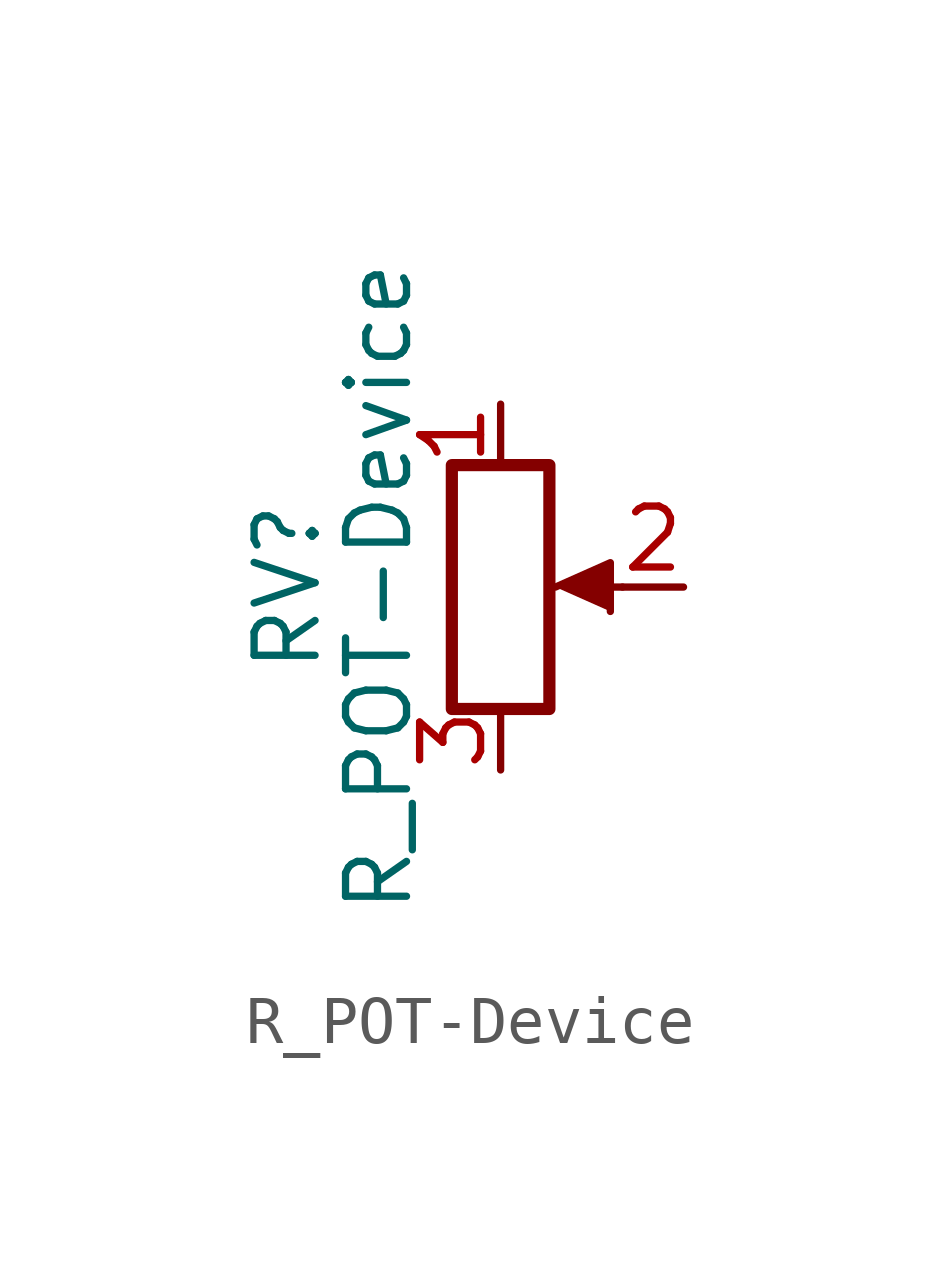
<source format=kicad_sym>
(kicad_symbol_lib
  (version 20211014)
  (generator kicad_symbol_editor)
  (symbol "R_POT-Device"
    (pin_names
      (offset 1.016) hide)
    (property "Reference" "RV"
      (at -4.445 0 90)
      (effects (font (size 1.27 1.27))))
    (property "Value" "R_POT-Device"
      (at -2.54 0 90)
      (effects (font (size 1.27 1.27))))
    (symbol "R_POT-Device_0_1"
      (polyline (pts (xy 2.54 0) (xy 1.524 0)) (stroke (width 0) (type default) (color 0 0 0 0)) (fill (type none)))
      (polyline (pts (xy 1.143 0) (xy 2.286 0.508) (xy 2.286 -0.508)) (stroke (width 0) (type default) (color 0 0 0 0)) (fill (type outline)))
      (rectangle (start 1.016 2.54) (end -1.016 -2.54) (stroke (width 0.254) (type default) (color 0 0 0 0)) (fill (type none))))
    (symbol "R_POT-Device_1_1"
      (pin passive line (at 0 3.81 270) (length 1.27) (name "1" (effects (font (size 1.27 1.27)))) (number "1" (effects (font (size 1.27 1.27)))))
      (pin passive line (at 3.81 0 180) (length 1.27) (name "2" (effects (font (size 1.27 1.27)))) (number "2" (effects (font (size 1.27 1.27)))))
      (pin passive line (at 0 -3.81 90) (length 1.27) (name "3" (effects (font (size 1.27 1.27)))) (number "3" (effects (font (size 1.27 1.27))))))))
</source>
